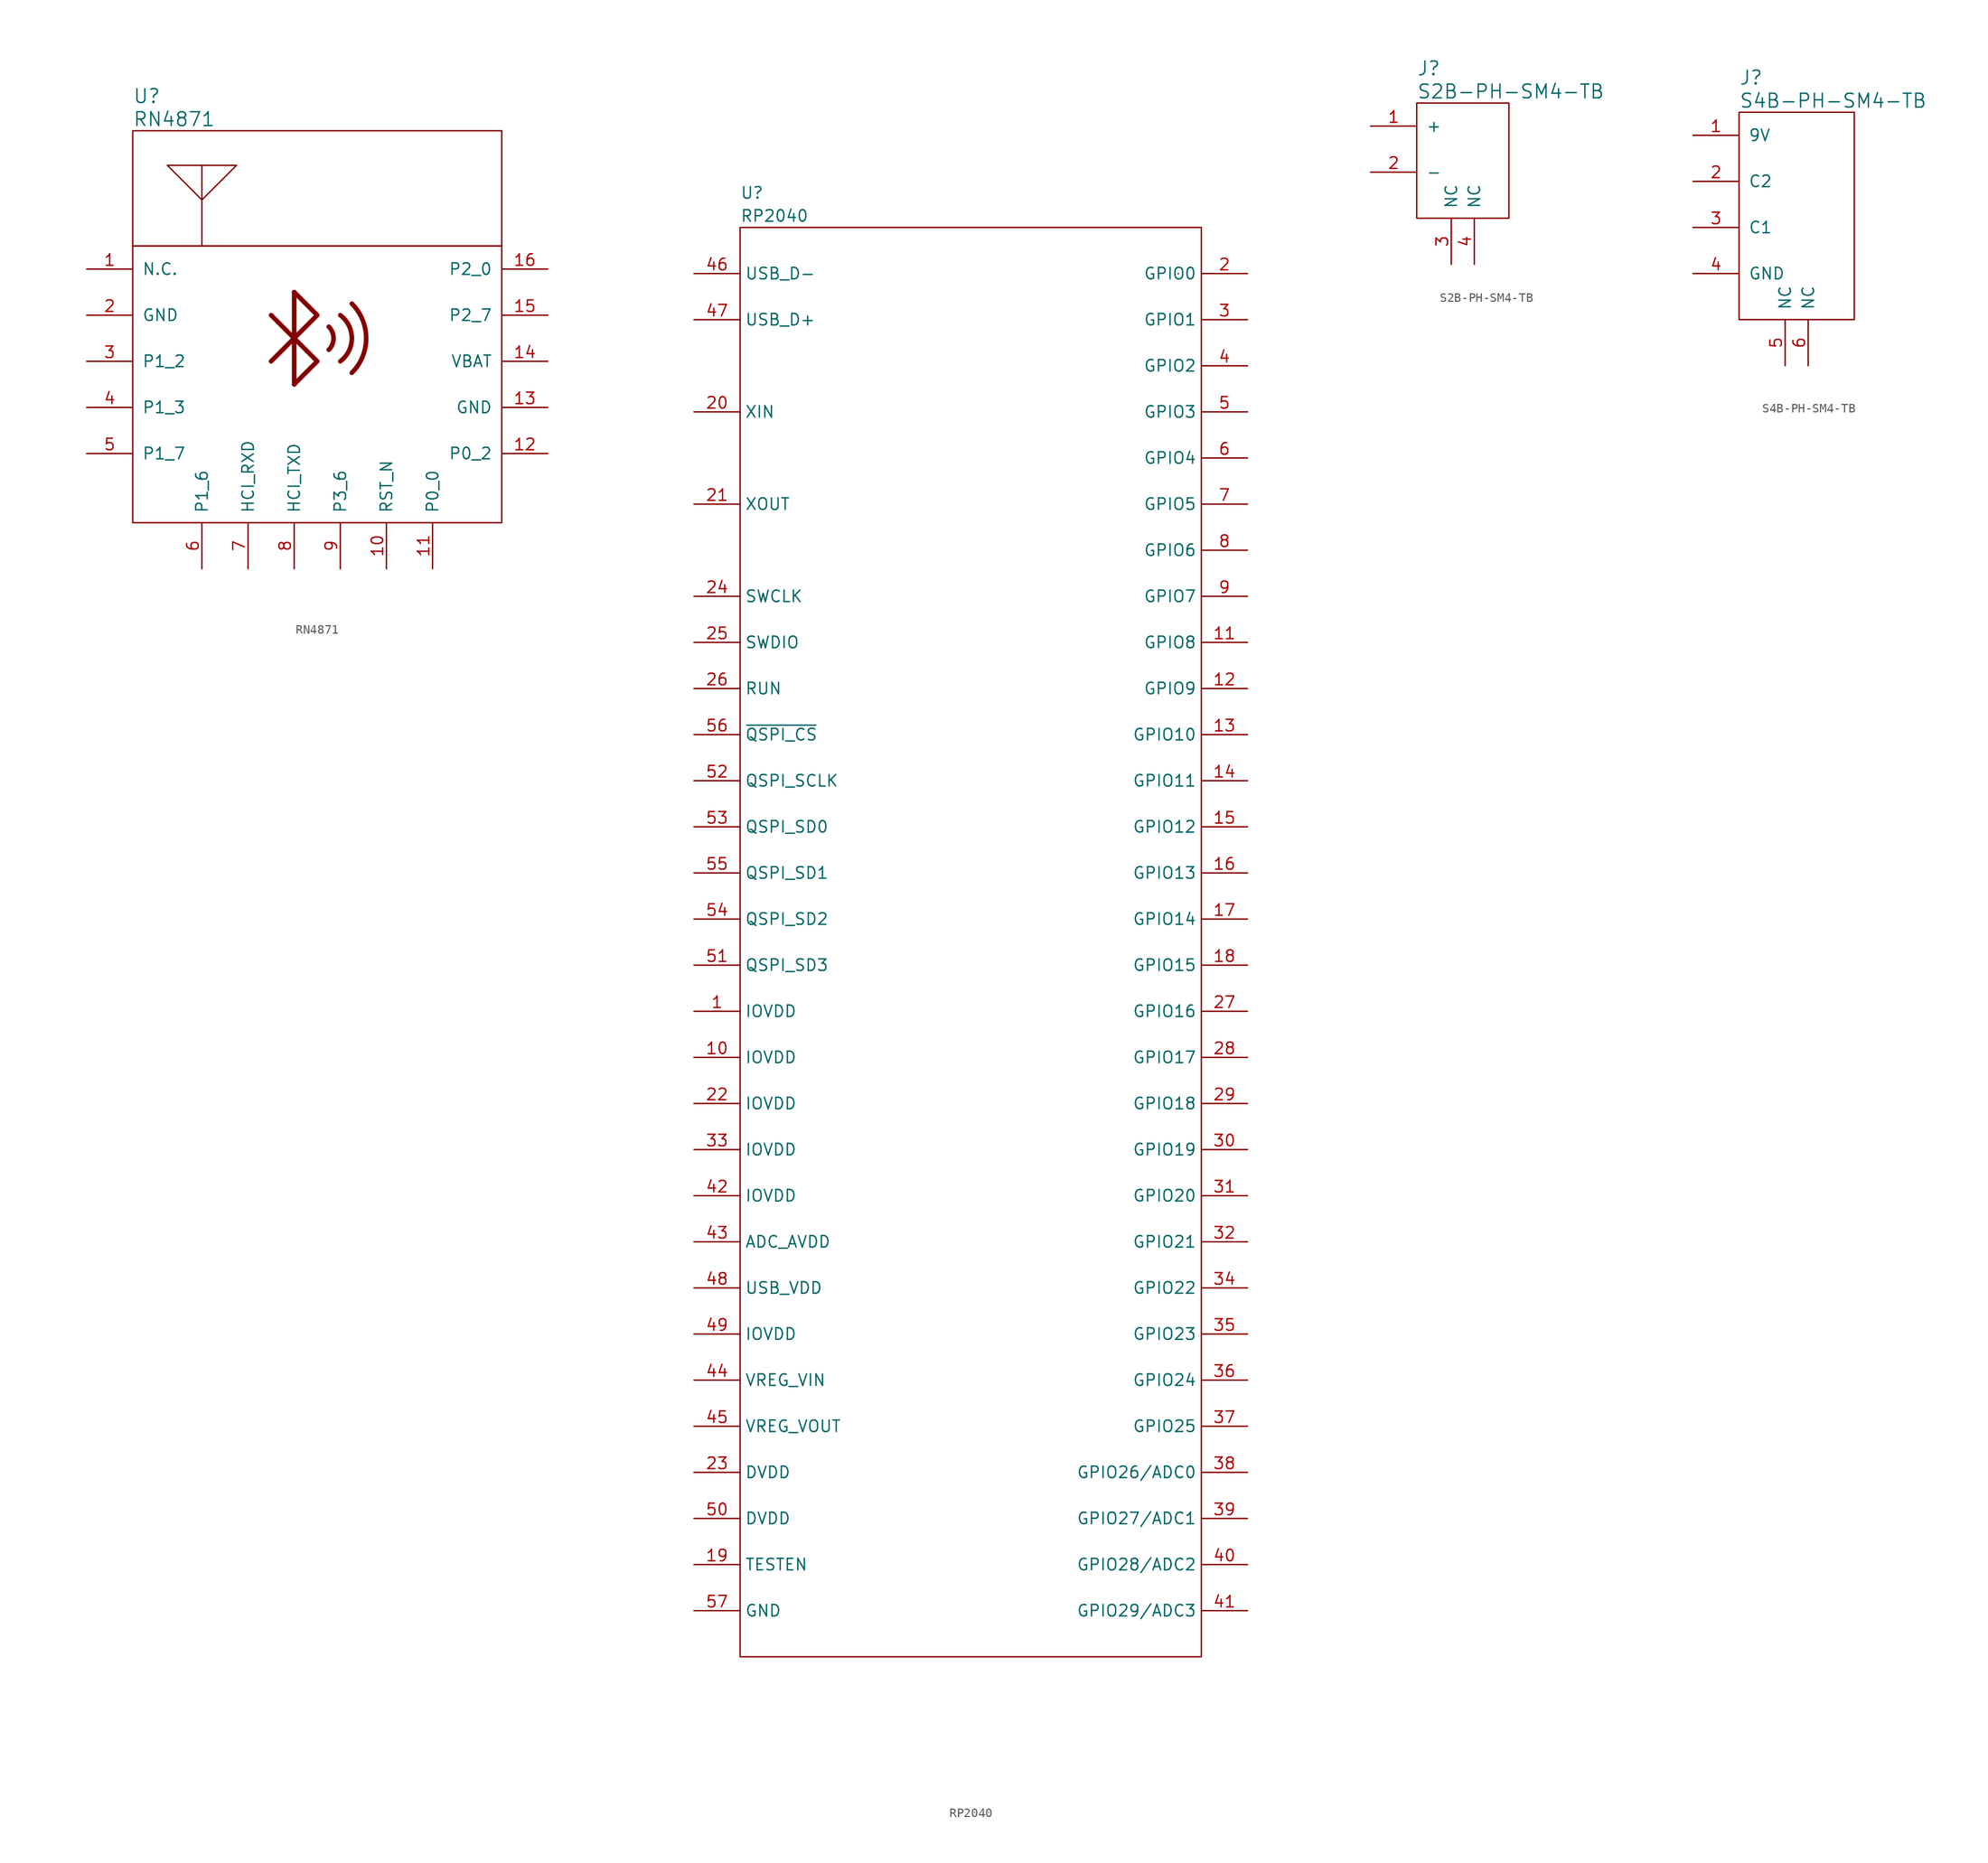
<source format=kicad_sym>
(kicad_symbol_lib
  (version 20211014)
  (generator kicad_symbol_editor)
  (symbol "RN4871"
    (pin_names
      (offset 1.016))
    (property "Reference" "U"
      (at -20.32 26.67 0)
      (effects (font (size 1.524 1.524)) (justify left)))
    (property "Value" "RN4871"
      (at -20.32 24.13 0)
      (effects (font (size 1.524 1.524)) (justify left)))
    (symbol "RN4871_0_1"
      (rectangle (start -20.32 10.16) (end 20.32 -20.32) (stroke (width 0) (type default) (color 0 0 0 0)) (fill (type none)))
      (rectangle (start -20.32 10.16) (end 20.32 22.86) (stroke (width 0) (type default) (color 0 0 0 0)) (fill (type none)))
      (polyline (pts (xy -2.54 5.08) (xy -2.54 -5.08)) (stroke (width 0.508) (type default) (color 0 0 0 0)) (fill (type none)))
      (polyline (pts (xy -2.54 -5.08) (xy 0 -2.54) (xy -5.08 2.54)) (stroke (width 0.508) (type default) (color 0 0 0 0)) (fill (type none)))
      (polyline (pts (xy -2.54 5.08) (xy 0 2.54) (xy -5.08 -2.54)) (stroke (width 0.508) (type default) (color 0 0 0 0)) (fill (type none)))
      (polyline (pts (xy -12.7 10.16) (xy -12.7 15.24) (xy -16.51 19.05) (xy -8.89 19.05) (xy -12.7 15.24) (xy -12.7 19.05)) (stroke (width 0) (type default) (color 0 0 0 0)) (fill (type none)))
      (arc (start 1.27 -1.27) (mid 1.7961 0) (end 1.27 1.27) (stroke (width 0.508) (type default) (color 0 0 0 0)) (fill (type none)))
      (arc (start 2.54 -2.54) (mid 3.81 0) (end 2.54 2.54) (stroke (width 0.508) (type default) (color 0 0 0 0)) (fill (type none)))
      (arc (start 3.81 -3.81) (mid 5.3882 0) (end 3.81 3.81) (stroke (width 0.508) (type default) (color 0 0 0 0)) (fill (type none))))
    (symbol "RN4871_1_1"
      (pin input line (at -25.4 7.62 0) (length 5.08) (name "N.C." (effects (font (size 1.27 1.27)))) (number "1" (effects (font (size 1.27 1.27)))))
      (pin input line (at 7.62 -25.4 90) (length 5.08) (name "RST_N" (effects (font (size 1.27 1.27)))) (number "10" (effects (font (size 1.27 1.27)))))
      (pin input line (at 12.7 -25.4 90) (length 5.08) (name "P0_0" (effects (font (size 1.27 1.27)))) (number "11" (effects (font (size 1.27 1.27)))))
      (pin input line (at 25.4 -12.7 180) (length 5.08) (name "P0_2" (effects (font (size 1.27 1.27)))) (number "12" (effects (font (size 1.27 1.27)))))
      (pin input line (at 25.4 -7.62 180) (length 5.08) (name "GND" (effects (font (size 1.27 1.27)))) (number "13" (effects (font (size 1.27 1.27)))))
      (pin input line (at 25.4 -2.54 180) (length 5.08) (name "VBAT" (effects (font (size 1.27 1.27)))) (number "14" (effects (font (size 1.27 1.27)))))
      (pin input line (at 25.4 2.54 180) (length 5.08) (name "P2_7" (effects (font (size 1.27 1.27)))) (number "15" (effects (font (size 1.27 1.27)))))
      (pin input line (at 25.4 7.62 180) (length 5.08) (name "P2_0" (effects (font (size 1.27 1.27)))) (number "16" (effects (font (size 1.27 1.27)))))
      (pin input line (at -25.4 2.54 0) (length 5.08) (name "GND" (effects (font (size 1.27 1.27)))) (number "2" (effects (font (size 1.27 1.27)))))
      (pin input line (at -25.4 -2.54 0) (length 5.08) (name "P1_2" (effects (font (size 1.27 1.27)))) (number "3" (effects (font (size 1.27 1.27)))))
      (pin input line (at -25.4 -7.62 0) (length 5.08) (name "P1_3" (effects (font (size 1.27 1.27)))) (number "4" (effects (font (size 1.27 1.27)))))
      (pin input line (at -25.4 -12.7 0) (length 5.08) (name "P1_7" (effects (font (size 1.27 1.27)))) (number "5" (effects (font (size 1.27 1.27)))))
      (pin input line (at -12.7 -25.4 90) (length 5.08) (name "P1_6" (effects (font (size 1.27 1.27)))) (number "6" (effects (font (size 1.27 1.27)))))
      (pin input line (at -7.62 -25.4 90) (length 5.08) (name "HCI_RXD" (effects (font (size 1.27 1.27)))) (number "7" (effects (font (size 1.27 1.27)))))
      (pin input line (at -2.54 -25.4 90) (length 5.08) (name "HCI_TXD" (effects (font (size 1.27 1.27)))) (number "8" (effects (font (size 1.27 1.27)))))
      (pin input line (at 2.54 -25.4 90) (length 5.08) (name "P3_6" (effects (font (size 1.27 1.27)))) (number "9" (effects (font (size 1.27 1.27)))))))
  (symbol "RP2040"
    (property "Reference" "U"
      (at -25.4 82.55 0)
      (effects (font (size 1.27 1.27)) (justify left)))
    (property "Value" "RP2040"
      (at -25.4 80.01 0)
      (effects (font (size 1.27 1.27)) (justify left)))
    (symbol "RP2040_0_1"
      (rectangle (start -25.4 78.74) (end 25.4 -78.74) (stroke (width 0) (type default) (color 0 0 0 0)) (fill (type none)))
      (rectangle (start 22.86 73.66) (end 22.86 73.66) (stroke (width 0) (type default) (color 0 0 0 0)) (fill (type none)))
      (rectangle (start 22.86 73.66) (end 22.86 73.66) (stroke (width 0) (type default) (color 0 0 0 0)) (fill (type none))))
    (symbol "RP2040_1_1"
      (pin power_in line (at -30.48 -7.62 0) (length 5.08) (name "IOVDD" (effects (font (size 1.27 1.27)))) (number "1" (effects (font (size 1.27 1.27)))))
      (pin power_in line (at -30.48 -12.7 0) (length 5.08) (name "IOVDD" (effects (font (size 1.27 1.27)))) (number "10" (effects (font (size 1.27 1.27)))))
      (pin bidirectional line (at 30.48 33.02 180) (length 5.08) (name "GPIO8" (effects (font (size 1.27 1.27)))) (number "11" (effects (font (size 1.27 1.27)))))
      (pin bidirectional line (at 30.48 27.94 180) (length 5.08) (name "GPIO9" (effects (font (size 1.27 1.27)))) (number "12" (effects (font (size 1.27 1.27)))))
      (pin bidirectional line (at 30.48 22.86 180) (length 5.08) (name "GPIO10" (effects (font (size 1.27 1.27)))) (number "13" (effects (font (size 1.27 1.27)))))
      (pin bidirectional line (at 30.48 17.78 180) (length 5.08) (name "GPIO11" (effects (font (size 1.27 1.27)))) (number "14" (effects (font (size 1.27 1.27)))))
      (pin bidirectional line (at 30.48 12.7 180) (length 5.08) (name "GPIO12" (effects (font (size 1.27 1.27)))) (number "15" (effects (font (size 1.27 1.27)))))
      (pin bidirectional line (at 30.48 7.62 180) (length 5.08) (name "GPIO13" (effects (font (size 1.27 1.27)))) (number "16" (effects (font (size 1.27 1.27)))))
      (pin bidirectional line (at 30.48 2.54 180) (length 5.08) (name "GPIO14" (effects (font (size 1.27 1.27)))) (number "17" (effects (font (size 1.27 1.27)))))
      (pin bidirectional line (at 30.48 -2.54 180) (length 5.08) (name "GPIO15" (effects (font (size 1.27 1.27)))) (number "18" (effects (font (size 1.27 1.27)))))
      (pin input line (at -30.48 -68.58 0) (length 5.08) (name "TESTEN" (effects (font (size 1.27 1.27)))) (number "19" (effects (font (size 1.27 1.27)))))
      (pin bidirectional line (at 30.48 73.66 180) (length 5.08) (name "GPIO0" (effects (font (size 1.27 1.27)))) (number "2" (effects (font (size 1.27 1.27)))))
      (pin bidirectional line (at -30.48 58.42 0) (length 5.08) (name "XIN" (effects (font (size 1.27 1.27)))) (number "20" (effects (font (size 1.27 1.27)))))
      (pin bidirectional line (at -30.48 48.26 0) (length 5.08) (name "XOUT" (effects (font (size 1.27 1.27)))) (number "21" (effects (font (size 1.27 1.27)))))
      (pin power_in line (at -30.48 -17.78 0) (length 5.08) (name "IOVDD" (effects (font (size 1.27 1.27)))) (number "22" (effects (font (size 1.27 1.27)))))
      (pin power_in line (at -30.48 -58.42 0) (length 5.08) (name "DVDD" (effects (font (size 1.27 1.27)))) (number "23" (effects (font (size 1.27 1.27)))))
      (pin bidirectional line (at -30.48 38.1 0) (length 5.08) (name "SWCLK" (effects (font (size 1.27 1.27)))) (number "24" (effects (font (size 1.27 1.27)))))
      (pin bidirectional line (at -30.48 33.02 0) (length 5.08) (name "SWDIO" (effects (font (size 1.27 1.27)))) (number "25" (effects (font (size 1.27 1.27)))))
      (pin bidirectional line (at -30.48 27.94 0) (length 5.08) (name "RUN" (effects (font (size 1.27 1.27)))) (number "26" (effects (font (size 1.27 1.27)))))
      (pin bidirectional line (at 30.48 -7.62 180) (length 5.08) (name "GPIO16" (effects (font (size 1.27 1.27)))) (number "27" (effects (font (size 1.27 1.27)))))
      (pin bidirectional line (at 30.48 -12.7 180) (length 5.08) (name "GPIO17" (effects (font (size 1.27 1.27)))) (number "28" (effects (font (size 1.27 1.27)))))
      (pin bidirectional line (at 30.48 -17.78 180) (length 5.08) (name "GPIO18" (effects (font (size 1.27 1.27)))) (number "29" (effects (font (size 1.27 1.27)))))
      (pin bidirectional line (at 30.48 68.58 180) (length 5.08) (name "GPIO1" (effects (font (size 1.27 1.27)))) (number "3" (effects (font (size 1.27 1.27)))))
      (pin bidirectional line (at 30.48 -22.86 180) (length 5.08) (name "GPIO19" (effects (font (size 1.27 1.27)))) (number "30" (effects (font (size 1.27 1.27)))))
      (pin bidirectional line (at 30.48 -27.94 180) (length 5.08) (name "GPIO20" (effects (font (size 1.27 1.27)))) (number "31" (effects (font (size 1.27 1.27)))))
      (pin bidirectional line (at 30.48 -33.02 180) (length 5.08) (name "GPIO21" (effects (font (size 1.27 1.27)))) (number "32" (effects (font (size 1.27 1.27)))))
      (pin power_in line (at -30.48 -22.86 0) (length 5.08) (name "IOVDD" (effects (font (size 1.27 1.27)))) (number "33" (effects (font (size 1.27 1.27)))))
      (pin bidirectional line (at 30.48 -38.1 180) (length 5.08) (name "GPIO22" (effects (font (size 1.27 1.27)))) (number "34" (effects (font (size 1.27 1.27)))))
      (pin bidirectional line (at 30.48 -43.18 180) (length 5.08) (name "GPIO23" (effects (font (size 1.27 1.27)))) (number "35" (effects (font (size 1.27 1.27)))))
      (pin bidirectional line (at 30.48 -48.26 180) (length 5.08) (name "GPIO24" (effects (font (size 1.27 1.27)))) (number "36" (effects (font (size 1.27 1.27)))))
      (pin bidirectional line (at 30.48 -53.34 180) (length 5.08) (name "GPIO25" (effects (font (size 1.27 1.27)))) (number "37" (effects (font (size 1.27 1.27)))))
      (pin bidirectional line (at 30.48 -58.42 180) (length 5.08) (name "GPIO26/ADC0" (effects (font (size 1.27 1.27)))) (number "38" (effects (font (size 1.27 1.27)))))
      (pin bidirectional line (at 30.48 -63.5 180) (length 5.08) (name "GPIO27/ADC1" (effects (font (size 1.27 1.27)))) (number "39" (effects (font (size 1.27 1.27)))))
      (pin bidirectional line (at 30.48 63.5 180) (length 5.08) (name "GPIO2" (effects (font (size 1.27 1.27)))) (number "4" (effects (font (size 1.27 1.27)))))
      (pin bidirectional line (at 30.48 -68.58 180) (length 5.08) (name "GPIO28/ADC2" (effects (font (size 1.27 1.27)))) (number "40" (effects (font (size 1.27 1.27)))))
      (pin bidirectional line (at 30.48 -73.66 180) (length 5.08) (name "GPIO29/ADC3" (effects (font (size 1.27 1.27)))) (number "41" (effects (font (size 1.27 1.27)))))
      (pin power_in line (at -30.48 -27.94 0) (length 5.08) (name "IOVDD" (effects (font (size 1.27 1.27)))) (number "42" (effects (font (size 1.27 1.27)))))
      (pin power_in line (at -30.48 -33.02 0) (length 5.08) (name "ADC_AVDD" (effects (font (size 1.27 1.27)))) (number "43" (effects (font (size 1.27 1.27)))))
      (pin power_in line (at -30.48 -48.26 0) (length 5.08) (name "VREG_VIN" (effects (font (size 1.27 1.27)))) (number "44" (effects (font (size 1.27 1.27)))))
      (pin power_out line (at -30.48 -53.34 0) (length 5.08) (name "VREG_VOUT" (effects (font (size 1.27 1.27)))) (number "45" (effects (font (size 1.27 1.27)))))
      (pin bidirectional line (at -30.48 73.66 0) (length 5.08) (name "USB_D-" (effects (font (size 1.27 1.27)))) (number "46" (effects (font (size 1.27 1.27)))))
      (pin bidirectional line (at -30.48 68.58 0) (length 5.08) (name "USB_D+" (effects (font (size 1.27 1.27)))) (number "47" (effects (font (size 1.27 1.27)))))
      (pin power_in line (at -30.48 -38.1 0) (length 5.08) (name "USB_VDD" (effects (font (size 1.27 1.27)))) (number "48" (effects (font (size 1.27 1.27)))))
      (pin power_in line (at -30.48 -43.18 0) (length 5.08) (name "IOVDD" (effects (font (size 1.27 1.27)))) (number "49" (effects (font (size 1.27 1.27)))))
      (pin bidirectional line (at 30.48 58.42 180) (length 5.08) (name "GPIO3" (effects (font (size 1.27 1.27)))) (number "5" (effects (font (size 1.27 1.27)))))
      (pin power_in line (at -30.48 -63.5 0) (length 5.08) (name "DVDD" (effects (font (size 1.27 1.27)))) (number "50" (effects (font (size 1.27 1.27)))))
      (pin bidirectional line (at -30.48 -2.54 0) (length 5.08) (name "QSPI_SD3" (effects (font (size 1.27 1.27)))) (number "51" (effects (font (size 1.27 1.27)))))
      (pin bidirectional line (at -30.48 17.78 0) (length 5.08) (name "QSPI_SCLK" (effects (font (size 1.27 1.27)))) (number "52" (effects (font (size 1.27 1.27)))))
      (pin bidirectional line (at -30.48 12.7 0) (length 5.08) (name "QSPI_SD0" (effects (font (size 1.27 1.27)))) (number "53" (effects (font (size 1.27 1.27)))))
      (pin bidirectional line (at -30.48 2.54 0) (length 5.08) (name "QSPI_SD2" (effects (font (size 1.27 1.27)))) (number "54" (effects (font (size 1.27 1.27)))))
      (pin bidirectional line (at -30.48 7.62 0) (length 5.08) (name "QSPI_SD1" (effects (font (size 1.27 1.27)))) (number "55" (effects (font (size 1.27 1.27)))))
      (pin bidirectional line (at -30.48 22.86 0) (length 5.08) (name "~{QSPI_CS}" (effects (font (size 1.27 1.27)))) (number "56" (effects (font (size 1.27 1.27)))))
      (pin power_in line (at -30.48 -73.66 0) (length 5.08) (name "GND" (effects (font (size 1.27 1.27)))) (number "57" (effects (font (size 1.27 1.27)))))
      (pin bidirectional line (at 30.48 53.34 180) (length 5.08) (name "GPIO4" (effects (font (size 1.27 1.27)))) (number "6" (effects (font (size 1.27 1.27)))))
      (pin bidirectional line (at 30.48 48.26 180) (length 5.08) (name "GPIO5" (effects (font (size 1.27 1.27)))) (number "7" (effects (font (size 1.27 1.27)))))
      (pin bidirectional line (at 30.48 43.18 180) (length 5.08) (name "GPIO6" (effects (font (size 1.27 1.27)))) (number "8" (effects (font (size 1.27 1.27)))))
      (pin bidirectional line (at 30.48 38.1 180) (length 5.08) (name "GPIO7" (effects (font (size 1.27 1.27)))) (number "9" (effects (font (size 1.27 1.27)))))))
  (symbol "S2B-PH-SM4-TB"
    (pin_names
      (offset 1.016))
    (property "Reference" "J"
      (at -5.08 8.89 0)
      (effects (font (size 1.524 1.524)) (justify left)))
    (property "Value" "S2B-PH-SM4-TB"
      (at -5.08 6.35 0)
      (effects (font (size 1.524 1.524)) (justify left)))
    (symbol "S2B-PH-SM4-TB_0_1"
      (rectangle (start -5.08 5.08) (end 5.08 -7.62) (stroke (width 0) (type default) (color 0 0 0 0)) (fill (type none))))
    (symbol "S2B-PH-SM4-TB_1_1"
      (pin input line (at -10.16 2.54 0) (length 5.08) (name "+" (effects (font (size 1.27 1.27)))) (number "1" (effects (font (size 1.27 1.27)))))
      (pin input line (at -10.16 -2.54 0) (length 5.08) (name "-" (effects (font (size 1.27 1.27)))) (number "2" (effects (font (size 1.27 1.27)))))
      (pin input line (at -1.27 -12.7 90) (length 5.08) (name "NC" (effects (font (size 1.27 1.27)))) (number "3" (effects (font (size 1.27 1.27)))))
      (pin input line (at 1.27 -12.7 90) (length 5.08) (name "NC" (effects (font (size 1.27 1.27)))) (number "4" (effects (font (size 1.27 1.27)))))))
  (symbol "S4B-PH-SM4-TB"
    (pin_names
      (offset 1.016))
    (property "Reference" "J"
      (at -6.35 13.97 0)
      (effects (font (size 1.524 1.524)) (justify left)))
    (property "Value" "S4B-PH-SM4-TB"
      (at -6.35 11.43 0)
      (effects (font (size 1.524 1.524)) (justify left)))
    (symbol "S4B-PH-SM4-TB_0_1"
      (rectangle (start -6.35 -12.7) (end 6.35 10.16) (stroke (width 0) (type default) (color 0 0 0 0)) (fill (type none))))
    (symbol "S4B-PH-SM4-TB_1_1"
      (pin input line (at -11.43 7.62 0) (length 5.08) (name "9V" (effects (font (size 1.27 1.27)))) (number "1" (effects (font (size 1.27 1.27)))))
      (pin input line (at -11.43 2.54 0) (length 5.08) (name "C2" (effects (font (size 1.27 1.27)))) (number "2" (effects (font (size 1.27 1.27)))))
      (pin input line (at -11.43 -2.54 0) (length 5.08) (name "C1" (effects (font (size 1.27 1.27)))) (number "3" (effects (font (size 1.27 1.27)))))
      (pin input line (at -11.43 -7.62 0) (length 5.08) (name "GND" (effects (font (size 1.27 1.27)))) (number "4" (effects (font (size 1.27 1.27)))))
      (pin input line (at -1.27 -17.78 90) (length 5.08) (name "NC" (effects (font (size 1.27 1.27)))) (number "5" (effects (font (size 1.27 1.27)))))
      (pin input line (at 1.27 -17.78 90) (length 5.08) (name "NC" (effects (font (size 1.27 1.27)))) (number "6" (effects (font (size 1.27 1.27))))))))
</source>
